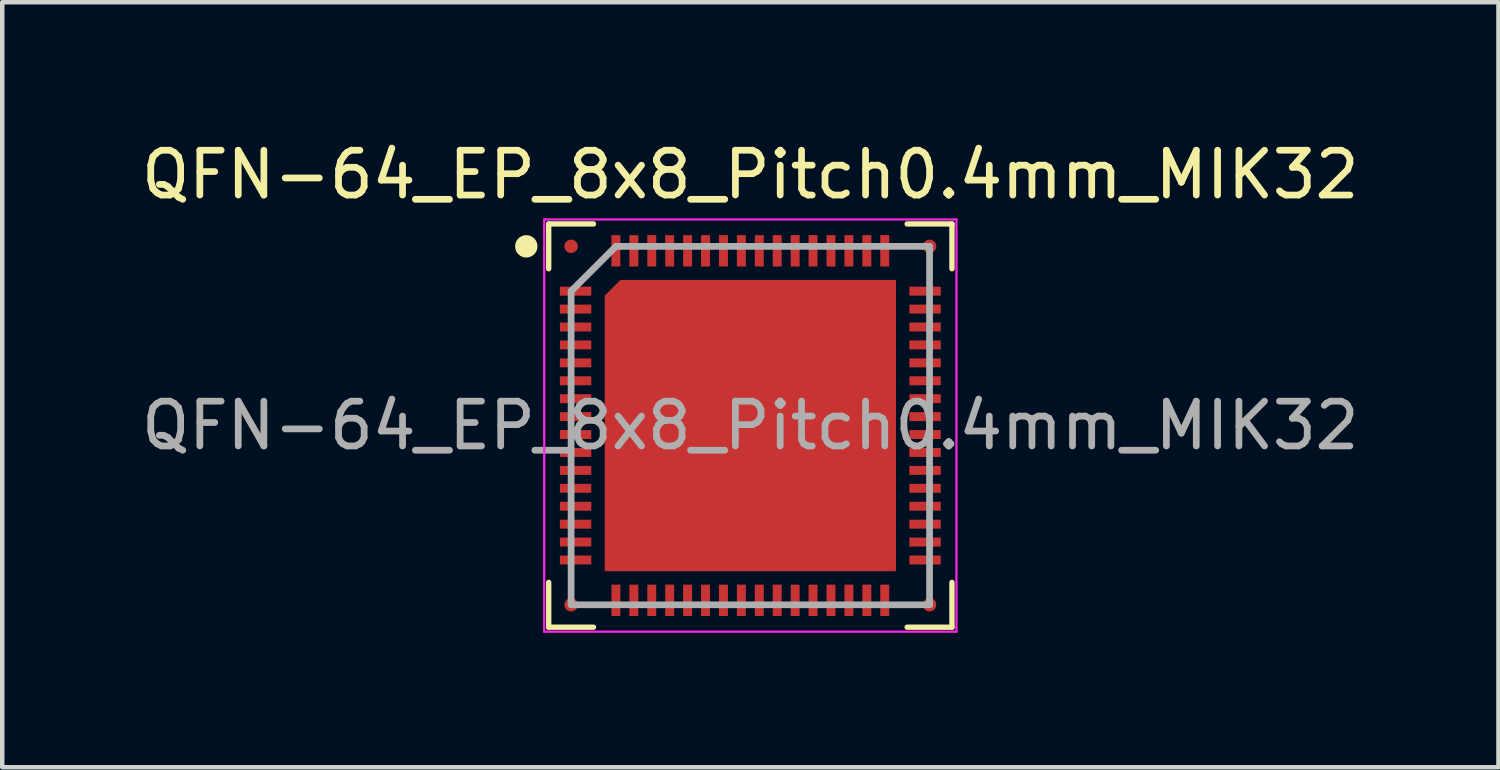
<source format=kicad_pcb>
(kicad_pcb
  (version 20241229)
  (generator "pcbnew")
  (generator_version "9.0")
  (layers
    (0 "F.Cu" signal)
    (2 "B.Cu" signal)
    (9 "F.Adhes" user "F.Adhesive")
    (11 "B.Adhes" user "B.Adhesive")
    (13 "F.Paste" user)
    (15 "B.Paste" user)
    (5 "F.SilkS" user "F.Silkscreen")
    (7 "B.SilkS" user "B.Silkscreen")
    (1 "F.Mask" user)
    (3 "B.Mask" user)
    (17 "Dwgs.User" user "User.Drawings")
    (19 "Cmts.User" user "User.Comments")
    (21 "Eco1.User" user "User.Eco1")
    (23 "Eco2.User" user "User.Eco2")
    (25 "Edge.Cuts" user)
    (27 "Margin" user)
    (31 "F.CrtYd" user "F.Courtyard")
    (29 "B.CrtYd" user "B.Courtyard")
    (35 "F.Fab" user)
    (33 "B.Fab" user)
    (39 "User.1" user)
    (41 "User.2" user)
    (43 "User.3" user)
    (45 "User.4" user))
  (footprint "QFN-64_EP_8x8_Pitch0.4mm_MIK32"
    (layer "F.Cu")
    (at 13.696 6.448)
    (property "Reference" "QFN-64_EP_8x8_Pitch0.4mm_MIK32" (at 0 -5.6 0) (unlocked yes) (layer "F.SilkS") (effects (font (size 1 1) (thickness 0.15))))
    (attr smd)
    (fp_circle (center -4 -4) (end -3.85 -4) (stroke (width 0) (type default)) (fill yes) (layer "F.Cu"))
    (fp_circle (center -4 4) (end -3.85 4) (stroke (width 0) (type default)) (fill yes) (layer "F.Cu"))
    (fp_circle (center 4 -4) (end 4.15 -4) (stroke (width 0) (type default)) (fill yes) (layer "F.Cu"))
    (fp_circle (center 4 4) (end 4.15 4) (stroke (width 0) (type default)) (fill yes) (layer "F.Cu"))
    (fp_circle (center -4 -4) (end -3.7 -4) (stroke (width 0) (type default)) (fill yes) (layer "F.Mask"))
    (fp_circle (center -4 4) (end -3.7 4) (stroke (width 0) (type default)) (fill yes) (layer "F.Mask"))
    (fp_circle (center 4 -4) (end 4.3 -4) (stroke (width 0) (type default)) (fill yes) (layer "F.Mask"))
    (fp_circle (center 4 4) (end 4.3 4) (stroke (width 0) (type default)) (fill yes) (layer "F.Mask"))
    (fp_line (start -4.5 -4.5) (end -4.5 -3.5) (stroke (width 0.12) (type default)) (layer "F.SilkS"))
    (fp_line (start -4.5 4.5) (end -4.5 3.5) (stroke (width 0.12) (type default)) (layer "F.SilkS"))
    (fp_line (start -3.5 -4.5) (end -4.5 -4.5) (stroke (width 0.12) (type default)) (layer "F.SilkS"))
    (fp_line (start -3.5 4.5) (end -4.5 4.5) (stroke (width 0.12) (type default)) (layer "F.SilkS"))
    (fp_line (start 3.5 -4.5) (end 4.5 -4.5) (stroke (width 0.12) (type default)) (layer "F.SilkS"))
    (fp_line (start 3.5 4.5) (end 4.5 4.5) (stroke (width 0.12) (type default)) (layer "F.SilkS"))
    (fp_line (start 4.5 -4.5) (end 4.5 -3.5) (stroke (width 0.12) (type default)) (layer "F.SilkS"))
    (fp_line (start 4.5 4.5) (end 4.5 3.5) (stroke (width 0.12) (type default)) (layer "F.SilkS"))
    (fp_circle (center -5 -4) (end -4.75 -4) (stroke (width 0) (type default)) (fill yes) (layer "F.SilkS"))
    (fp_line (start -4.6 -4.6) (end 4.6 -4.6) (stroke (width 0.05) (type default)) (layer "F.CrtYd"))
    (fp_line (start -4.6 4.6) (end -4.6 -4.6) (stroke (width 0.05) (type default)) (layer "F.CrtYd"))
    (fp_line (start 4.6 -4.6) (end 4.6 4.6) (stroke (width 0.05) (type default)) (layer "F.CrtYd"))
    (fp_line (start 4.6 4.6) (end -4.6 4.6) (stroke (width 0.05) (type default)) (layer "F.CrtYd"))
    (fp_line (start -4 -3) (end -4 4) (stroke (width 0.15) (type default)) (layer "F.Fab"))
    (fp_line (start -4 4) (end 4 4) (stroke (width 0.15) (type default)) (layer "F.Fab"))
    (fp_line (start -3 -4) (end -4 -3) (stroke (width 0.15) (type default)) (layer "F.Fab"))
    (fp_line (start 4 -4) (end -3 -4) (stroke (width 0.15) (type default)) (layer "F.Fab"))
    (fp_line (start 4 4) (end 4 -4) (stroke (width 0.15) (type default)) (layer "F.Fab"))
    (fp_text user "${REFERENCE}" (at 0 0 0) (layer "F.Fab") (effects (font (size 1 1) (thickness 0.15))))
    (pad "" smd rect (at -1.625 -1.625) (size 2.75 2.75) (layers "F.Paste"))
    (pad "" smd rect (at -1.625 1.625) (size 2.75 2.75) (layers "F.Paste"))
    (pad "" smd rect (at 1.625 -1.625) (size 2.75 2.75) (layers "F.Paste"))
    (pad "" smd rect (at 1.625 1.625) (size 2.75 2.75) (layers "F.Paste"))
    (pad "1" smd rect (at -3.9 -3 90) (size 0.2 0.7) (layers "F.Cu" "F.Mask" "F.Paste"))
    (pad "2" smd rect (at -3.9 -2.6 90) (size 0.2 0.7) (layers "F.Cu" "F.Mask" "F.Paste"))
    (pad "3" smd rect (at -3.9 -2.2 90) (size 0.2 0.7) (layers "F.Cu" "F.Mask" "F.Paste"))
    (pad "4" smd rect (at -3.9 -1.8 90) (size 0.2 0.7) (layers "F.Cu" "F.Mask" "F.Paste"))
    (pad "5" smd rect (at -3.9 -1.4 90) (size 0.2 0.7) (layers "F.Cu" "F.Mask" "F.Paste"))
    (pad "6" smd rect (at -3.9 -1 90) (size 0.2 0.7) (layers "F.Cu" "F.Mask" "F.Paste"))
    (pad "7" smd rect (at -3.9 -0.6 90) (size 0.2 0.7) (layers "F.Cu" "F.Mask" "F.Paste"))
    (pad "8" smd rect (at -3.9 -0.2 90) (size 0.2 0.7) (layers "F.Cu" "F.Mask" "F.Paste"))
    (pad "9" smd rect (at -3.9 0.2 90) (size 0.2 0.7) (layers "F.Cu" "F.Mask" "F.Paste"))
    (pad "10" smd rect (at -3.9 0.6 90) (size 0.2 0.7) (layers "F.Cu" "F.Mask" "F.Paste"))
    (pad "11" smd rect (at -3.9 1 90) (size 0.2 0.7) (layers "F.Cu" "F.Mask" "F.Paste"))
    (pad "12" smd rect (at -3.9 1.4 90) (size 0.2 0.7) (layers "F.Cu" "F.Mask" "F.Paste"))
    (pad "13" smd rect (at -3.9 1.8 90) (size 0.2 0.7) (layers "F.Cu" "F.Mask" "F.Paste"))
    (pad "14" smd rect (at -3.9 2.2 90) (size 0.2 0.7) (layers "F.Cu" "F.Mask" "F.Paste"))
    (pad "15" smd rect (at -3.9 2.6 90) (size 0.2 0.7) (layers "F.Cu" "F.Mask" "F.Paste"))
    (pad "16" smd rect (at -3.9 3 90) (size 0.2 0.7) (layers "F.Cu" "F.Mask" "F.Paste"))
    (pad "17" smd rect (at -3 3.9) (size 0.2 0.7) (layers "F.Cu" "F.Mask" "F.Paste"))
    (pad "18" smd rect (at -2.6 3.9) (size 0.2 0.7) (layers "F.Cu" "F.Mask" "F.Paste"))
    (pad "19" smd rect (at -2.2 3.9) (size 0.2 0.7) (layers "F.Cu" "F.Mask" "F.Paste"))
    (pad "20" smd rect (at -1.8 3.9) (size 0.2 0.7) (layers "F.Cu" "F.Mask" "F.Paste"))
    (pad "21" smd rect (at -1.4 3.9) (size 0.2 0.7) (layers "F.Cu" "F.Mask" "F.Paste"))
    (pad "22" smd rect (at -1 3.9) (size 0.2 0.7) (layers "F.Cu" "F.Mask" "F.Paste"))
    (pad "23" smd rect (at -0.6 3.9) (size 0.2 0.7) (layers "F.Cu" "F.Mask" "F.Paste"))
    (pad "24" smd rect (at -0.2 3.9) (size 0.2 0.7) (layers "F.Cu" "F.Mask" "F.Paste"))
    (pad "25" smd rect (at 0.2 3.9) (size 0.2 0.7) (layers "F.Cu" "F.Mask" "F.Paste"))
    (pad "26" smd rect (at 0.6 3.9) (size 0.2 0.7) (layers "F.Cu" "F.Mask" "F.Paste"))
    (pad "27" smd rect (at 1 3.9) (size 0.2 0.7) (layers "F.Cu" "F.Mask" "F.Paste"))
    (pad "28" smd rect (at 1.4 3.9) (size 0.2 0.7) (layers "F.Cu" "F.Mask" "F.Paste"))
    (pad "29" smd rect (at 1.8 3.9) (size 0.2 0.7) (layers "F.Cu" "F.Mask" "F.Paste"))
    (pad "30" smd rect (at 2.2 3.9) (size 0.2 0.7) (layers "F.Cu" "F.Mask" "F.Paste"))
    (pad "31" smd rect (at 2.6 3.9) (size 0.2 0.7) (layers "F.Cu" "F.Mask" "F.Paste"))
    (pad "32" smd rect (at 3 3.9) (size 0.2 0.7) (layers "F.Cu" "F.Mask" "F.Paste"))
    (pad "33" smd rect (at 3.9 3 90) (size 0.2 0.7) (layers "F.Cu" "F.Mask" "F.Paste"))
    (pad "34" smd rect (at 3.9 2.6 90) (size 0.2 0.7) (layers "F.Cu" "F.Mask" "F.Paste"))
    (pad "35" smd rect (at 3.9 2.2 90) (size 0.2 0.7) (layers "F.Cu" "F.Mask" "F.Paste"))
    (pad "36" smd rect (at 3.9 1.8 90) (size 0.2 0.7) (layers "F.Cu" "F.Mask" "F.Paste"))
    (pad "37" smd rect (at 3.9 1.4 90) (size 0.2 0.7) (layers "F.Cu" "F.Mask" "F.Paste"))
    (pad "38" smd rect (at 3.9 1 90) (size 0.2 0.7) (layers "F.Cu" "F.Mask" "F.Paste"))
    (pad "39" smd rect (at 3.9 0.6 90) (size 0.2 0.7) (layers "F.Cu" "F.Mask" "F.Paste"))
    (pad "40" smd rect (at 3.9 0.2 90) (size 0.2 0.7) (layers "F.Cu" "F.Mask" "F.Paste"))
    (pad "41" smd rect (at 3.9 -0.2 90) (size 0.2 0.7) (layers "F.Cu" "F.Mask" "F.Paste"))
    (pad "42" smd rect (at 3.9 -0.6 90) (size 0.2 0.7) (layers "F.Cu" "F.Mask" "F.Paste"))
    (pad "43" smd rect (at 3.9 -1 90) (size 0.2 0.7) (layers "F.Cu" "F.Mask" "F.Paste"))
    (pad "44" smd rect (at 3.9 -1.4 90) (size 0.2 0.7) (layers "F.Cu" "F.Mask" "F.Paste"))
    (pad "45" smd rect (at 3.9 -1.8 90) (size 0.2 0.7) (layers "F.Cu" "F.Mask" "F.Paste"))
    (pad "46" smd rect (at 3.9 -2.2 90) (size 0.2 0.7) (layers "F.Cu" "F.Mask" "F.Paste"))
    (pad "47" smd rect (at 3.9 -2.6 90) (size 0.2 0.7) (layers "F.Cu" "F.Mask" "F.Paste"))
    (pad "48" smd rect (at 3.9 -3 90) (size 0.2 0.7) (layers "F.Cu" "F.Mask" "F.Paste"))
    (pad "49" smd rect (at 3 -3.9) (size 0.2 0.7) (layers "F.Cu" "F.Mask" "F.Paste"))
    (pad "50" smd rect (at 2.6 -3.9) (size 0.2 0.7) (layers "F.Cu" "F.Mask" "F.Paste"))
    (pad "51" smd rect (at 2.2 -3.9) (size 0.2 0.7) (layers "F.Cu" "F.Mask" "F.Paste"))
    (pad "52" smd rect (at 1.8 -3.9) (size 0.2 0.7) (layers "F.Cu" "F.Mask" "F.Paste"))
    (pad "53" smd rect (at 1.4 -3.9) (size 0.2 0.7) (layers "F.Cu" "F.Mask" "F.Paste"))
    (pad "54" smd rect (at 1 -3.9) (size 0.2 0.7) (layers "F.Cu" "F.Mask" "F.Paste"))
    (pad "55" smd rect (at 0.6 -3.9) (size 0.2 0.7) (layers "F.Cu" "F.Mask" "F.Paste"))
    (pad "56" smd rect (at 0.2 -3.9) (size 0.2 0.7) (layers "F.Cu" "F.Mask" "F.Paste"))
    (pad "57" smd rect (at -0.2 -3.9) (size 0.2 0.7) (layers "F.Cu" "F.Mask" "F.Paste"))
    (pad "58" smd rect (at -0.6 -3.9) (size 0.2 0.7) (layers "F.Cu" "F.Mask" "F.Paste"))
    (pad "59" smd rect (at -1 -3.9) (size 0.2 0.7) (layers "F.Cu" "F.Mask" "F.Paste"))
    (pad "60" smd rect (at -1.4 -3.9) (size 0.2 0.7) (layers "F.Cu" "F.Mask" "F.Paste"))
    (pad "61" smd rect (at -1.8 -3.9) (size 0.2 0.7) (layers "F.Cu" "F.Mask" "F.Paste"))
    (pad "62" smd rect (at -2.2 -3.9) (size 0.2 0.7) (layers "F.Cu" "F.Mask" "F.Paste"))
    (pad "63" smd rect (at -2.6 -3.9) (size 0.2 0.7) (layers "F.Cu" "F.Mask" "F.Paste"))
    (pad "64" smd rect (at -3 -3.9) (size 0.2 0.7) (layers "F.Cu" "F.Mask" "F.Paste"))
    (pad "65" smd roundrect (at 0 0) (size 6.5 6.5) (layers "F.Cu" "F.Mask") (roundrect_rratio 0) (chamfer_ratio 0.054) (chamfer top_left)))
  (gr_rect
    (start -3 -3)
    (end 30.393 14.073)
    (stroke (width 0.1) (type default))
    (fill no)
    (layer "Edge.Cuts")))
</source>
